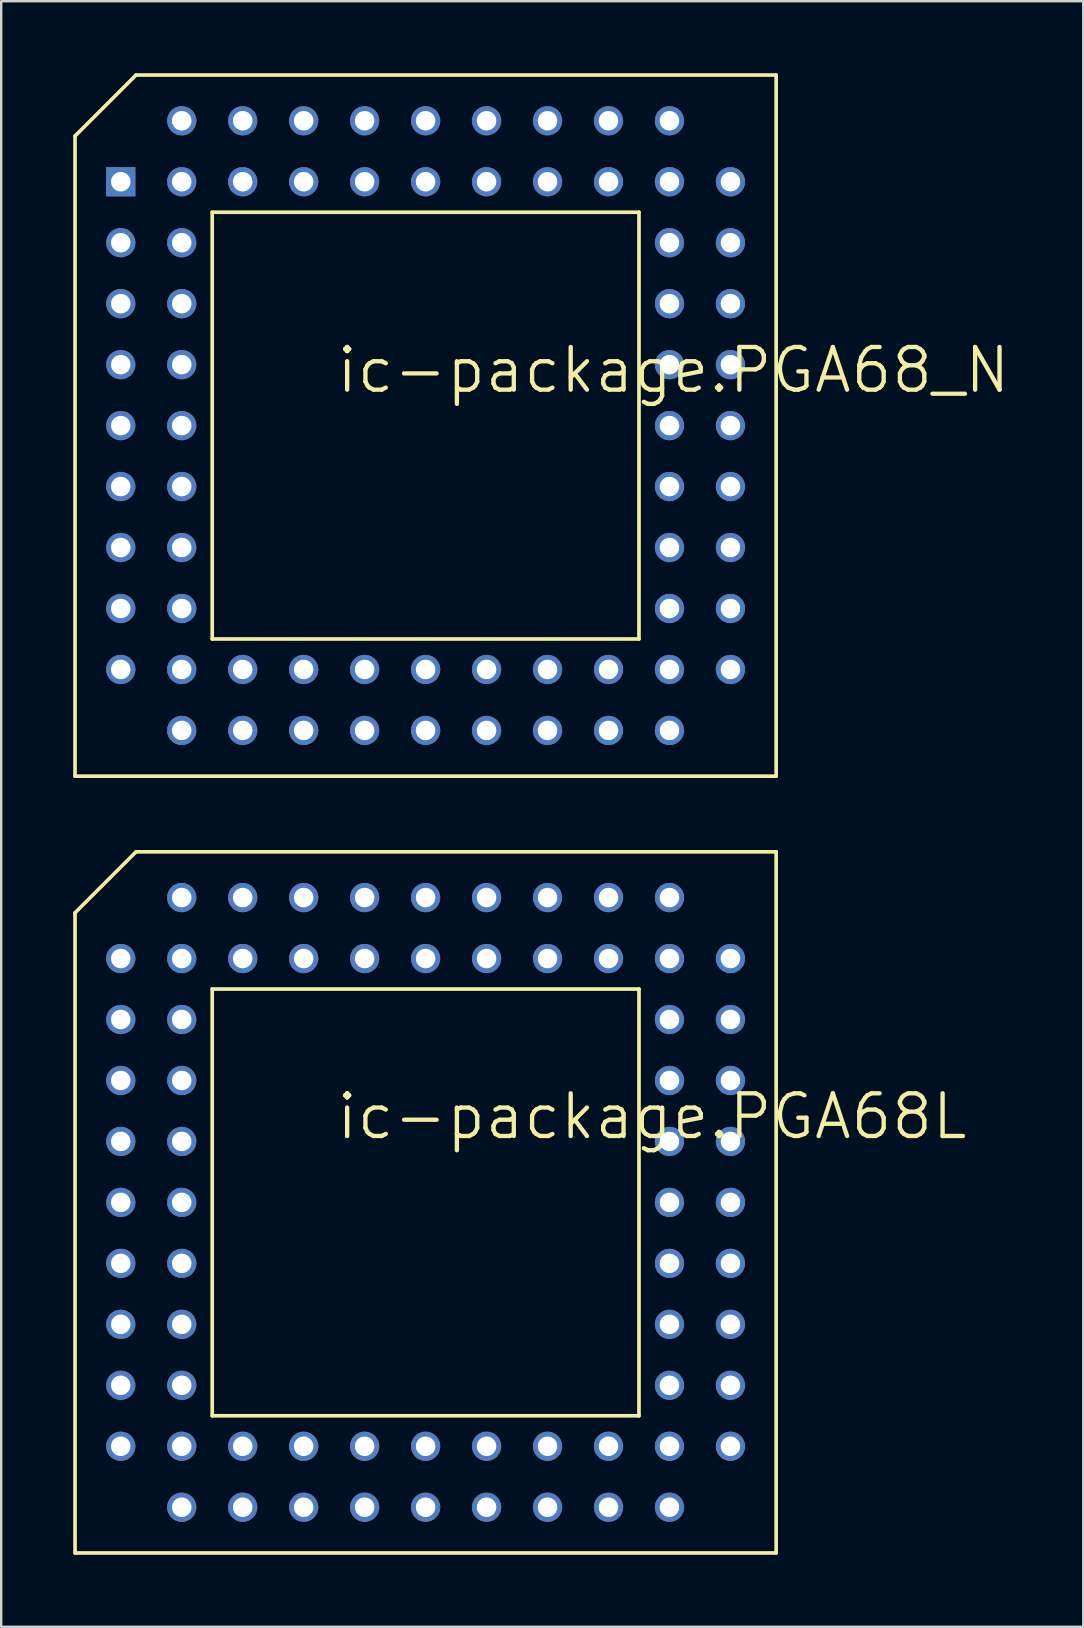
<source format=kicad_pcb>
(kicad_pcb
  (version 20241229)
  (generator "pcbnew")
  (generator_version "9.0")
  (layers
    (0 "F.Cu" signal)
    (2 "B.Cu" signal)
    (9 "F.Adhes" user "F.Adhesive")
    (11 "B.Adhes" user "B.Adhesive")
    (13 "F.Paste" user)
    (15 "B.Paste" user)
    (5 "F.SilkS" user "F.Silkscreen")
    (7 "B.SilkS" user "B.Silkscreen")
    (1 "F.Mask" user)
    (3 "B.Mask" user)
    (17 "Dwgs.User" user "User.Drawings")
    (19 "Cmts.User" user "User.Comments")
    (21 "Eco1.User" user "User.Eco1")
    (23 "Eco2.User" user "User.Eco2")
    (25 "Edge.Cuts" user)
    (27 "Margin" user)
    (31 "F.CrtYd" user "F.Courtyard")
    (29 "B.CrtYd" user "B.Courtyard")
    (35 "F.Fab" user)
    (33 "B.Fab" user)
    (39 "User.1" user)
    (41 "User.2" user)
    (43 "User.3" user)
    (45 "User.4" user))
  (footprint "ic-package.PGA68_N"
    (layer "F.Cu")
    (at 14.681 14.681)
    (property "Reference" "ic-package.PGA68_N" (at -3.81 -1.27 0) (layer "F.SilkS") (effects (font (size 1.778 1.778) (thickness 0.18)) (justify left bottom)))
    (attr through_hole)
    (fp_line (start -14.605 -12.065) (end -12.065 -14.605) (stroke (width 0.152) (type default)) (layer "F.SilkS"))
    (fp_line (start -14.605 14.605) (end -14.605 -12.065) (stroke (width 0.152) (type default)) (layer "F.SilkS"))
    (fp_line (start -12.065 -14.605) (end 14.605 -14.605) (stroke (width 0.152) (type default)) (layer "F.SilkS"))
    (fp_line (start -8.89 8.89) (end -8.89 -8.89) (stroke (width 0.152) (type default)) (layer "F.SilkS"))
    (fp_line (start -8.89 8.89) (end 8.89 8.89) (stroke (width 0.152) (type default)) (layer "F.SilkS"))
    (fp_line (start 8.89 -8.89) (end -8.89 -8.89) (stroke (width 0.152) (type default)) (layer "F.SilkS"))
    (fp_line (start 8.89 -8.89) (end 8.89 8.89) (stroke (width 0.152) (type default)) (layer "F.SilkS"))
    (fp_line (start 14.605 -14.605) (end 14.605 14.605) (stroke (width 0.152) (type default)) (layer "F.SilkS"))
    (fp_line (start 14.605 14.605) (end -14.605 14.605) (stroke (width 0.152) (type default)) (layer "F.SilkS"))
    (pad "1" thru_hole rect (at -12.7 -10.16 270) (size 1.219 1.219) (drill 0.813) (layers "*.Cu" "*.Mask"))
    (pad "2" thru_hole circle (at -10.16 -10.16 270) (size 1.219 1.219) (drill 0.813) (layers "*.Cu" "*.Mask"))
    (pad "3" thru_hole circle (at -12.7 -7.62 270) (size 1.219 1.219) (drill 0.813) (layers "*.Cu" "*.Mask"))
    (pad "4" thru_hole circle (at -10.16 -7.62 270) (size 1.219 1.219) (drill 0.813) (layers "*.Cu" "*.Mask"))
    (pad "5" thru_hole circle (at -12.7 -5.08 270) (size 1.219 1.219) (drill 0.813) (layers "*.Cu" "*.Mask"))
    (pad "6" thru_hole circle (at -10.16 -5.08 270) (size 1.219 1.219) (drill 0.813) (layers "*.Cu" "*.Mask"))
    (pad "7" thru_hole circle (at -12.7 -2.54 270) (size 1.219 1.219) (drill 0.813) (layers "*.Cu" "*.Mask"))
    (pad "8" thru_hole circle (at -10.16 -2.54 270) (size 1.219 1.219) (drill 0.813) (layers "*.Cu" "*.Mask"))
    (pad "9" thru_hole circle (at -12.7 0 270) (size 1.219 1.219) (drill 0.813) (layers "*.Cu" "*.Mask"))
    (pad "10" thru_hole circle (at -10.16 0 270) (size 1.219 1.219) (drill 0.813) (layers "*.Cu" "*.Mask"))
    (pad "11" thru_hole circle (at -12.7 2.54 270) (size 1.219 1.219) (drill 0.813) (layers "*.Cu" "*.Mask"))
    (pad "12" thru_hole circle (at -10.16 2.54 270) (size 1.219 1.219) (drill 0.813) (layers "*.Cu" "*.Mask"))
    (pad "13" thru_hole circle (at -12.7 5.08 270) (size 1.219 1.219) (drill 0.813) (layers "*.Cu" "*.Mask"))
    (pad "14" thru_hole circle (at -10.16 5.08 270) (size 1.219 1.219) (drill 0.813) (layers "*.Cu" "*.Mask"))
    (pad "15" thru_hole circle (at -12.7 7.62 270) (size 1.219 1.219) (drill 0.813) (layers "*.Cu" "*.Mask"))
    (pad "16" thru_hole circle (at -10.16 7.62 270) (size 1.219 1.219) (drill 0.813) (layers "*.Cu" "*.Mask"))
    (pad "17" thru_hole circle (at -12.7 10.16 270) (size 1.219 1.219) (drill 0.813) (layers "*.Cu" "*.Mask"))
    (pad "18" thru_hole circle (at -10.16 12.7 270) (size 1.219 1.219) (drill 0.813) (layers "*.Cu" "*.Mask"))
    (pad "19" thru_hole circle (at -10.16 10.16 270) (size 1.219 1.219) (drill 0.813) (layers "*.Cu" "*.Mask"))
    (pad "20" thru_hole circle (at -7.62 12.7 270) (size 1.219 1.219) (drill 0.813) (layers "*.Cu" "*.Mask"))
    (pad "21" thru_hole circle (at -7.62 10.16 270) (size 1.219 1.219) (drill 0.813) (layers "*.Cu" "*.Mask"))
    (pad "22" thru_hole circle (at -5.08 12.7 270) (size 1.219 1.219) (drill 0.813) (layers "*.Cu" "*.Mask"))
    (pad "23" thru_hole circle (at -5.08 10.16 270) (size 1.219 1.219) (drill 0.813) (layers "*.Cu" "*.Mask"))
    (pad "24" thru_hole circle (at -2.54 12.7 270) (size 1.219 1.219) (drill 0.813) (layers "*.Cu" "*.Mask"))
    (pad "25" thru_hole circle (at -2.54 10.16 270) (size 1.219 1.219) (drill 0.813) (layers "*.Cu" "*.Mask"))
    (pad "26" thru_hole circle (at 0 12.7 270) (size 1.219 1.219) (drill 0.813) (layers "*.Cu" "*.Mask"))
    (pad "27" thru_hole circle (at 0 10.16 270) (size 1.219 1.219) (drill 0.813) (layers "*.Cu" "*.Mask"))
    (pad "28" thru_hole circle (at 2.54 12.7 270) (size 1.219 1.219) (drill 0.813) (layers "*.Cu" "*.Mask"))
    (pad "29" thru_hole circle (at 2.54 10.16 270) (size 1.219 1.219) (drill 0.813) (layers "*.Cu" "*.Mask"))
    (pad "30" thru_hole circle (at 5.08 12.7 270) (size 1.219 1.219) (drill 0.813) (layers "*.Cu" "*.Mask"))
    (pad "31" thru_hole circle (at 5.08 10.16 270) (size 1.219 1.219) (drill 0.813) (layers "*.Cu" "*.Mask"))
    (pad "32" thru_hole circle (at 7.62 12.7 270) (size 1.219 1.219) (drill 0.813) (layers "*.Cu" "*.Mask"))
    (pad "33" thru_hole circle (at 7.62 10.16 270) (size 1.219 1.219) (drill 0.813) (layers "*.Cu" "*.Mask"))
    (pad "34" thru_hole circle (at 10.16 12.7 270) (size 1.219 1.219) (drill 0.813) (layers "*.Cu" "*.Mask"))
    (pad "35" thru_hole circle (at 12.7 10.16 270) (size 1.219 1.219) (drill 0.813) (layers "*.Cu" "*.Mask"))
    (pad "36" thru_hole circle (at 10.16 10.16 270) (size 1.219 1.219) (drill 0.813) (layers "*.Cu" "*.Mask"))
    (pad "37" thru_hole circle (at 12.7 7.62 270) (size 1.219 1.219) (drill 0.813) (layers "*.Cu" "*.Mask"))
    (pad "38" thru_hole circle (at 10.16 7.62 270) (size 1.219 1.219) (drill 0.813) (layers "*.Cu" "*.Mask"))
    (pad "39" thru_hole circle (at 12.7 5.08 270) (size 1.219 1.219) (drill 0.813) (layers "*.Cu" "*.Mask"))
    (pad "40" thru_hole circle (at 10.16 5.08 270) (size 1.219 1.219) (drill 0.813) (layers "*.Cu" "*.Mask"))
    (pad "41" thru_hole circle (at 12.7 2.54 270) (size 1.219 1.219) (drill 0.813) (layers "*.Cu" "*.Mask"))
    (pad "42" thru_hole circle (at 10.16 2.54 270) (size 1.219 1.219) (drill 0.813) (layers "*.Cu" "*.Mask"))
    (pad "43" thru_hole circle (at 12.7 0 270) (size 1.219 1.219) (drill 0.813) (layers "*.Cu" "*.Mask"))
    (pad "44" thru_hole circle (at 10.16 0 270) (size 1.219 1.219) (drill 0.813) (layers "*.Cu" "*.Mask"))
    (pad "45" thru_hole circle (at 12.7 -2.54 270) (size 1.219 1.219) (drill 0.813) (layers "*.Cu" "*.Mask"))
    (pad "46" thru_hole circle (at 10.16 -2.54 270) (size 1.219 1.219) (drill 0.813) (layers "*.Cu" "*.Mask"))
    (pad "47" thru_hole circle (at 12.7 -5.08 270) (size 1.219 1.219) (drill 0.813) (layers "*.Cu" "*.Mask"))
    (pad "48" thru_hole circle (at 10.16 -5.08 270) (size 1.219 1.219) (drill 0.813) (layers "*.Cu" "*.Mask"))
    (pad "49" thru_hole circle (at 12.7 -7.62 270) (size 1.219 1.219) (drill 0.813) (layers "*.Cu" "*.Mask"))
    (pad "50" thru_hole circle (at 10.16 -7.62 270) (size 1.219 1.219) (drill 0.813) (layers "*.Cu" "*.Mask"))
    (pad "51" thru_hole circle (at 12.7 -10.16 270) (size 1.219 1.219) (drill 0.813) (layers "*.Cu" "*.Mask"))
    (pad "52" thru_hole circle (at 10.16 -12.7 270) (size 1.219 1.219) (drill 0.813) (layers "*.Cu" "*.Mask"))
    (pad "53" thru_hole circle (at 10.16 -10.16 270) (size 1.219 1.219) (drill 0.813) (layers "*.Cu" "*.Mask"))
    (pad "54" thru_hole circle (at 7.62 -12.7 270) (size 1.219 1.219) (drill 0.813) (layers "*.Cu" "*.Mask"))
    (pad "55" thru_hole circle (at 7.62 -10.16 270) (size 1.219 1.219) (drill 0.813) (layers "*.Cu" "*.Mask"))
    (pad "56" thru_hole circle (at 5.08 -12.7 270) (size 1.219 1.219) (drill 0.813) (layers "*.Cu" "*.Mask"))
    (pad "57" thru_hole circle (at 5.08 -10.16 270) (size 1.219 1.219) (drill 0.813) (layers "*.Cu" "*.Mask"))
    (pad "58" thru_hole circle (at 2.54 -12.7 270) (size 1.219 1.219) (drill 0.813) (layers "*.Cu" "*.Mask"))
    (pad "59" thru_hole circle (at 2.54 -10.16 270) (size 1.219 1.219) (drill 0.813) (layers "*.Cu" "*.Mask"))
    (pad "60" thru_hole circle (at 0 -12.7 270) (size 1.219 1.219) (drill 0.813) (layers "*.Cu" "*.Mask"))
    (pad "61" thru_hole circle (at 0 -10.16 270) (size 1.219 1.219) (drill 0.813) (layers "*.Cu" "*.Mask"))
    (pad "62" thru_hole circle (at -2.54 -12.7 270) (size 1.219 1.219) (drill 0.813) (layers "*.Cu" "*.Mask"))
    (pad "63" thru_hole circle (at -2.54 -10.16 270) (size 1.219 1.219) (drill 0.813) (layers "*.Cu" "*.Mask"))
    (pad "64" thru_hole circle (at -5.08 -12.7 270) (size 1.219 1.219) (drill 0.813) (layers "*.Cu" "*.Mask"))
    (pad "65" thru_hole circle (at -5.08 -10.16 270) (size 1.219 1.219) (drill 0.813) (layers "*.Cu" "*.Mask"))
    (pad "66" thru_hole circle (at -7.62 -12.7 270) (size 1.219 1.219) (drill 0.813) (layers "*.Cu" "*.Mask"))
    (pad "67" thru_hole circle (at -7.62 -10.16 270) (size 1.219 1.219) (drill 0.813) (layers "*.Cu" "*.Mask"))
    (pad "68" thru_hole circle (at -10.16 -12.7 270) (size 1.219 1.219) (drill 0.813) (layers "*.Cu" "*.Mask")))
  (footprint "ic-package.PGA68L"
    (layer "F.Cu")
    (at 14.681 47.044)
    (property "Reference" "ic-package.PGA68L" (at -3.81 -2.54 0) (layer "F.SilkS") (effects (font (size 1.778 1.778) (thickness 0.18)) (justify left bottom)))
    (attr through_hole)
    (fp_line (start -14.605 -12.065) (end -12.065 -14.605) (stroke (width 0.152) (type default)) (layer "F.SilkS"))
    (fp_line (start -14.605 14.605) (end -14.605 -12.065) (stroke (width 0.152) (type default)) (layer "F.SilkS"))
    (fp_line (start -12.065 -14.605) (end 14.605 -14.605) (stroke (width 0.152) (type default)) (layer "F.SilkS"))
    (fp_line (start -8.89 -8.89) (end -8.89 8.89) (stroke (width 0.152) (type default)) (layer "F.SilkS"))
    (fp_line (start -8.89 -8.89) (end 8.89 -8.89) (stroke (width 0.152) (type default)) (layer "F.SilkS"))
    (fp_line (start 8.89 8.89) (end -8.89 8.89) (stroke (width 0.152) (type default)) (layer "F.SilkS"))
    (fp_line (start 8.89 8.89) (end 8.89 -8.89) (stroke (width 0.152) (type default)) (layer "F.SilkS"))
    (fp_line (start 14.605 -14.605) (end 14.605 14.605) (stroke (width 0.152) (type default)) (layer "F.SilkS"))
    (fp_line (start 14.605 14.605) (end -14.605 14.605) (stroke (width 0.152) (type default)) (layer "F.SilkS"))
    (pad "A02" thru_hole circle (at -10.16 -12.7 90) (size 1.219 1.219) (drill 0.813) (layers "*.Cu" "*.Mask"))
    (pad "A03" thru_hole circle (at -7.62 -12.7 90) (size 1.219 1.219) (drill 0.813) (layers "*.Cu" "*.Mask"))
    (pad "A04" thru_hole circle (at -5.08 -12.7 90) (size 1.219 1.219) (drill 0.813) (layers "*.Cu" "*.Mask"))
    (pad "A05" thru_hole circle (at -2.54 -12.7 90) (size 1.219 1.219) (drill 0.813) (layers "*.Cu" "*.Mask"))
    (pad "A06" thru_hole circle (at 0 -12.7 90) (size 1.219 1.219) (drill 0.813) (layers "*.Cu" "*.Mask"))
    (pad "A07" thru_hole circle (at 2.54 -12.7 90) (size 1.219 1.219) (drill 0.813) (layers "*.Cu" "*.Mask"))
    (pad "A08" thru_hole circle (at 5.08 -12.7 90) (size 1.219 1.219) (drill 0.813) (layers "*.Cu" "*.Mask"))
    (pad "A09" thru_hole circle (at 7.62 -12.7 90) (size 1.219 1.219) (drill 0.813) (layers "*.Cu" "*.Mask"))
    (pad "A10" thru_hole circle (at 10.16 -12.7 90) (size 1.219 1.219) (drill 0.813) (layers "*.Cu" "*.Mask"))
    (pad "B01" thru_hole circle (at -12.7 -10.16 90) (size 1.219 1.219) (drill 0.813) (layers "*.Cu" "*.Mask"))
    (pad "B02" thru_hole circle (at -10.16 -10.16 90) (size 1.219 1.219) (drill 0.813) (layers "*.Cu" "*.Mask"))
    (pad "B03" thru_hole circle (at -7.62 -10.16 90) (size 1.219 1.219) (drill 0.813) (layers "*.Cu" "*.Mask"))
    (pad "B04" thru_hole circle (at -5.08 -10.16 90) (size 1.219 1.219) (drill 0.813) (layers "*.Cu" "*.Mask"))
    (pad "B05" thru_hole circle (at -2.54 -10.16 90) (size 1.219 1.219) (drill 0.813) (layers "*.Cu" "*.Mask"))
    (pad "B06" thru_hole circle (at 0 -10.16 90) (size 1.219 1.219) (drill 0.813) (layers "*.Cu" "*.Mask"))
    (pad "B07" thru_hole circle (at 2.54 -10.16 90) (size 1.219 1.219) (drill 0.813) (layers "*.Cu" "*.Mask"))
    (pad "B08" thru_hole circle (at 5.08 -10.16 90) (size 1.219 1.219) (drill 0.813) (layers "*.Cu" "*.Mask"))
    (pad "B09" thru_hole circle (at 7.62 -10.16 90) (size 1.219 1.219) (drill 0.813) (layers "*.Cu" "*.Mask"))
    (pad "B10" thru_hole circle (at 10.16 -10.16 90) (size 1.219 1.219) (drill 0.813) (layers "*.Cu" "*.Mask"))
    (pad "B11" thru_hole circle (at 12.7 -10.16 90) (size 1.219 1.219) (drill 0.813) (layers "*.Cu" "*.Mask"))
    (pad "C01" thru_hole circle (at -12.7 -7.62 90) (size 1.219 1.219) (drill 0.813) (layers "*.Cu" "*.Mask"))
    (pad "C02" thru_hole circle (at -10.16 -7.62 90) (size 1.219 1.219) (drill 0.813) (layers "*.Cu" "*.Mask"))
    (pad "C10" thru_hole circle (at 10.16 -7.62 90) (size 1.219 1.219) (drill 0.813) (layers "*.Cu" "*.Mask"))
    (pad "C11" thru_hole circle (at 12.7 -7.62 90) (size 1.219 1.219) (drill 0.813) (layers "*.Cu" "*.Mask"))
    (pad "D01" thru_hole circle (at -12.7 -5.08 90) (size 1.219 1.219) (drill 0.813) (layers "*.Cu" "*.Mask"))
    (pad "D02" thru_hole circle (at -10.16 -5.08 90) (size 1.219 1.219) (drill 0.813) (layers "*.Cu" "*.Mask"))
    (pad "D10" thru_hole circle (at 10.16 -5.08 90) (size 1.219 1.219) (drill 0.813) (layers "*.Cu" "*.Mask"))
    (pad "D11" thru_hole circle (at 12.7 -5.08 90) (size 1.219 1.219) (drill 0.813) (layers "*.Cu" "*.Mask"))
    (pad "E01" thru_hole circle (at -12.7 -2.54 90) (size 1.219 1.219) (drill 0.813) (layers "*.Cu" "*.Mask"))
    (pad "E02" thru_hole circle (at -10.16 -2.54 90) (size 1.219 1.219) (drill 0.813) (layers "*.Cu" "*.Mask"))
    (pad "E10" thru_hole circle (at 10.16 -2.54 90) (size 1.219 1.219) (drill 0.813) (layers "*.Cu" "*.Mask"))
    (pad "E11" thru_hole circle (at 12.7 -2.54 90) (size 1.219 1.219) (drill 0.813) (layers "*.Cu" "*.Mask"))
    (pad "F01" thru_hole circle (at -12.7 0 90) (size 1.219 1.219) (drill 0.813) (layers "*.Cu" "*.Mask"))
    (pad "F02" thru_hole circle (at -10.16 0 90) (size 1.219 1.219) (drill 0.813) (layers "*.Cu" "*.Mask"))
    (pad "F10" thru_hole circle (at 10.16 0 90) (size 1.219 1.219) (drill 0.813) (layers "*.Cu" "*.Mask"))
    (pad "F11" thru_hole circle (at 12.7 0 90) (size 1.219 1.219) (drill 0.813) (layers "*.Cu" "*.Mask"))
    (pad "G01" thru_hole circle (at -12.7 2.54 90) (size 1.219 1.219) (drill 0.813) (layers "*.Cu" "*.Mask"))
    (pad "G02" thru_hole circle (at -10.16 2.54 90) (size 1.219 1.219) (drill 0.813) (layers "*.Cu" "*.Mask"))
    (pad "G10" thru_hole circle (at 10.16 2.54 90) (size 1.219 1.219) (drill 0.813) (layers "*.Cu" "*.Mask"))
    (pad "G11" thru_hole circle (at 12.7 2.54 90) (size 1.219 1.219) (drill 0.813) (layers "*.Cu" "*.Mask"))
    (pad "H01" thru_hole circle (at -12.7 5.08 90) (size 1.219 1.219) (drill 0.813) (layers "*.Cu" "*.Mask"))
    (pad "H02" thru_hole circle (at -10.16 5.08 90) (size 1.219 1.219) (drill 0.813) (layers "*.Cu" "*.Mask"))
    (pad "H10" thru_hole circle (at 10.16 5.08 90) (size 1.219 1.219) (drill 0.813) (layers "*.Cu" "*.Mask"))
    (pad "H11" thru_hole circle (at 12.7 5.08 90) (size 1.219 1.219) (drill 0.813) (layers "*.Cu" "*.Mask"))
    (pad "J01" thru_hole circle (at -12.7 7.62 90) (size 1.219 1.219) (drill 0.813) (layers "*.Cu" "*.Mask"))
    (pad "J02" thru_hole circle (at -10.16 7.62 90) (size 1.219 1.219) (drill 0.813) (layers "*.Cu" "*.Mask"))
    (pad "J10" thru_hole circle (at 10.16 7.62 90) (size 1.219 1.219) (drill 0.813) (layers "*.Cu" "*.Mask"))
    (pad "J11" thru_hole circle (at 12.7 7.62 90) (size 1.219 1.219) (drill 0.813) (layers "*.Cu" "*.Mask"))
    (pad "K01" thru_hole circle (at -12.7 10.16 90) (size 1.219 1.219) (drill 0.813) (layers "*.Cu" "*.Mask"))
    (pad "K02" thru_hole circle (at -10.16 10.16 90) (size 1.219 1.219) (drill 0.813) (layers "*.Cu" "*.Mask"))
    (pad "K03" thru_hole circle (at -7.62 10.16 90) (size 1.219 1.219) (drill 0.813) (layers "*.Cu" "*.Mask"))
    (pad "K04" thru_hole circle (at -5.08 10.16 90) (size 1.219 1.219) (drill 0.813) (layers "*.Cu" "*.Mask"))
    (pad "K05" thru_hole circle (at -2.54 10.16 90) (size 1.219 1.219) (drill 0.813) (layers "*.Cu" "*.Mask"))
    (pad "K06" thru_hole circle (at 0 10.16 90) (size 1.219 1.219) (drill 0.813) (layers "*.Cu" "*.Mask"))
    (pad "K07" thru_hole circle (at 2.54 10.16 90) (size 1.219 1.219) (drill 0.813) (layers "*.Cu" "*.Mask"))
    (pad "K08" thru_hole circle (at 5.08 10.16 90) (size 1.219 1.219) (drill 0.813) (layers "*.Cu" "*.Mask"))
    (pad "K09" thru_hole circle (at 7.62 10.16 90) (size 1.219 1.219) (drill 0.813) (layers "*.Cu" "*.Mask"))
    (pad "K10" thru_hole circle (at 10.16 10.16 90) (size 1.219 1.219) (drill 0.813) (layers "*.Cu" "*.Mask"))
    (pad "K11" thru_hole circle (at 12.7 10.16 90) (size 1.219 1.219) (drill 0.813) (layers "*.Cu" "*.Mask"))
    (pad "L02" thru_hole circle (at -10.16 12.7 90) (size 1.219 1.219) (drill 0.813) (layers "*.Cu" "*.Mask"))
    (pad "L03" thru_hole circle (at -7.62 12.7 90) (size 1.219 1.219) (drill 0.813) (layers "*.Cu" "*.Mask"))
    (pad "L04" thru_hole circle (at -5.08 12.7 90) (size 1.219 1.219) (drill 0.813) (layers "*.Cu" "*.Mask"))
    (pad "L05" thru_hole circle (at -2.54 12.7 90) (size 1.219 1.219) (drill 0.813) (layers "*.Cu" "*.Mask"))
    (pad "L06" thru_hole circle (at 0 12.7 90) (size 1.219 1.219) (drill 0.813) (layers "*.Cu" "*.Mask"))
    (pad "L07" thru_hole circle (at 2.54 12.7 90) (size 1.219 1.219) (drill 0.813) (layers "*.Cu" "*.Mask"))
    (pad "L08" thru_hole circle (at 5.08 12.7 90) (size 1.219 1.219) (drill 0.813) (layers "*.Cu" "*.Mask"))
    (pad "L09" thru_hole circle (at 7.62 12.7 90) (size 1.219 1.219) (drill 0.813) (layers "*.Cu" "*.Mask"))
    (pad "L10" thru_hole circle (at 10.16 12.7 90) (size 1.219 1.219) (drill 0.813) (layers "*.Cu" "*.Mask")))
  (gr_rect
    (start -3 -3)
    (end 42.08 64.725)
    (stroke (width 0.1) (type default))
    (fill no)
    (layer "Edge.Cuts")))
</source>
